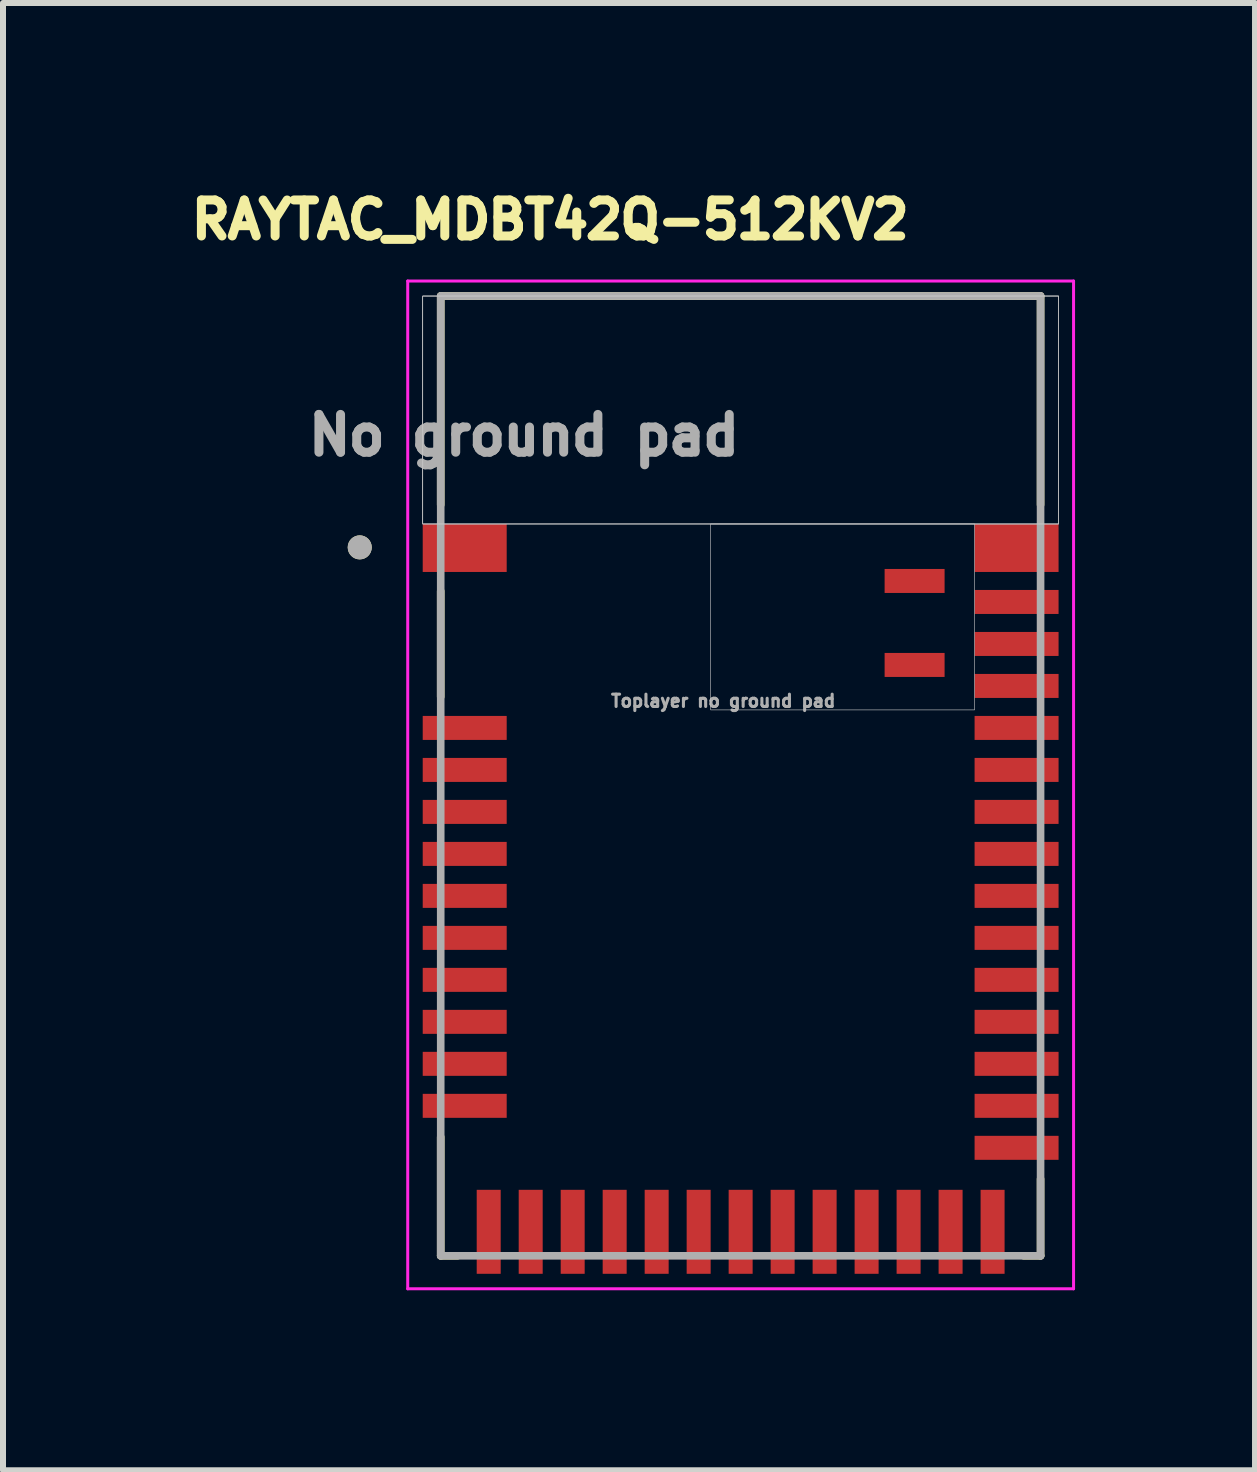
<source format=kicad_pcb>
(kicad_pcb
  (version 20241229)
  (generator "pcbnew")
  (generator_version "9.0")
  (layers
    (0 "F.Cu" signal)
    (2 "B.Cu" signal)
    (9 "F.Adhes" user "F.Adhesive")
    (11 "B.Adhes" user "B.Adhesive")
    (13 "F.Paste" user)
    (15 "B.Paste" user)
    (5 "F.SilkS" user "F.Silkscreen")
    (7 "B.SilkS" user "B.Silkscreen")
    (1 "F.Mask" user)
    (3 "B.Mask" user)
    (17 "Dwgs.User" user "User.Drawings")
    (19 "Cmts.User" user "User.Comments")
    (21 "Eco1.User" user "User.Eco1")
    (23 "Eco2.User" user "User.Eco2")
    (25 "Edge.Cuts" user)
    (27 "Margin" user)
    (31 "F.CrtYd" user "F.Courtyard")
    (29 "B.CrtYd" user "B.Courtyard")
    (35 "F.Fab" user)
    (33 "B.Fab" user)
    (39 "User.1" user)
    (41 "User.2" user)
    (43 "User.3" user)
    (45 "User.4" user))
  (footprint "RAYTAC_MDBT42Q-512KV2"
    (layer "F.Cu")
    (at 9.297 9.885)
    (property "Reference" "RAYTAC_MDBT42Q-512KV2" (at -3.175 -9.271 0) (layer "F.SilkS") (effects (font (size 0.6 0.6) (thickness 0.15))))
    (attr through_hole)
    (fp_line (start -5 -8) (end 5 -8) (stroke (width 0.127) (type solid)) (layer "F.SilkS"))
    (fp_line (start -5 -4.52) (end -5 -8) (stroke (width 0.127) (type solid)) (layer "F.SilkS"))
    (fp_line (start -5 -1.32) (end -5 -3.08) (stroke (width 0.127) (type solid)) (layer "F.SilkS"))
    (fp_line (start -5 8) (end -5 6.02) (stroke (width 0.127) (type solid)) (layer "F.SilkS"))
    (fp_line (start -4.72 8) (end -5 8) (stroke (width 0.127) (type solid)) (layer "F.SilkS"))
    (fp_line (start 5 -8) (end 5 -4.52) (stroke (width 0.127) (type solid)) (layer "F.SilkS"))
    (fp_line (start 5 6.72) (end 5 8) (stroke (width 0.127) (type solid)) (layer "F.SilkS"))
    (fp_line (start 5 8) (end 4.72 8) (stroke (width 0.127) (type solid)) (layer "F.SilkS"))
    (fp_circle (center -6.35 -3.81) (end -6.25 -3.81) (stroke (width 0.2) (type solid)) (fill no) (layer "F.SilkS"))
    (fp_poly (pts (xy -5.3 -8) (xy 5.3 -8) (xy 5.3 -4.2) (xy -5.3 -4.2)) (stroke (width 0.01) (type solid)) (fill no) (layer "Dwgs.User"))
    (fp_poly (pts (xy -5.3 -8) (xy 5.3 -8) (xy 5.3 -4.2) (xy -5.3 -4.2)) (stroke (width 0.01) (type solid)) (fill no) (layer "Dwgs.User"))
    (fp_poly (pts (xy -5.3 -8) (xy 5.3 -8) (xy 5.3 -4.2) (xy -5.3 -4.2)) (stroke (width 0.01) (type solid)) (fill no) (layer "Dwgs.User"))
    (fp_poly (pts (xy -0.5 -4.2) (xy 3.9 -4.2) (xy 3.9 -1.1) (xy -0.5 -1.1)) (stroke (width 0.01) (type solid)) (fill no) (layer "Dwgs.User"))
    (fp_line (start -5.55 -8.25) (end -5.55 8.55) (stroke (width 0.05) (type solid)) (layer "F.CrtYd"))
    (fp_line (start -5.55 8.55) (end 5.55 8.55) (stroke (width 0.05) (type solid)) (layer "F.CrtYd"))
    (fp_line (start 5.55 -8.25) (end -5.55 -8.25) (stroke (width 0.05) (type solid)) (layer "F.CrtYd"))
    (fp_line (start 5.55 8.55) (end 5.55 -8.25) (stroke (width 0.05) (type solid)) (layer "F.CrtYd"))
    (fp_line (start -5 -8) (end 5 -8) (stroke (width 0.127) (type solid)) (layer "F.Fab"))
    (fp_line (start -5 8) (end -5 -8) (stroke (width 0.127) (type solid)) (layer "F.Fab"))
    (fp_line (start 5 -8) (end 5 8) (stroke (width 0.127) (type solid)) (layer "F.Fab"))
    (fp_line (start 5 8) (end -5 8) (stroke (width 0.127) (type solid)) (layer "F.Fab"))
    (fp_circle (center -6.35 -3.81) (end -6.25 -3.81) (stroke (width 0.2) (type solid)) (fill no) (layer "F.Fab"))
    (fp_text user "Toplayer no ground pad" (at -0.29 -1.25 0) (layer "F.Fab") (effects (font (size 0.205 0.205) (thickness 0.15))))
    (fp_text user "No ground pad" (at -3.61 -5.68 0) (layer "F.Fab") (effects (font (size 0.63 0.63) (thickness 0.15))))
    (pad "1" smd rect (at -4.6 -3.8) (size 1.4 0.8) (layers "F.Cu" "F.Mask" "F.Paste"))
    (pad "2" smd rect (at -4.6 -0.8) (size 1.4 0.4) (layers "F.Cu" "F.Mask" "F.Paste"))
    (pad "3" smd rect (at -4.6 -0.1) (size 1.4 0.4) (layers "F.Cu" "F.Mask" "F.Paste"))
    (pad "4" smd rect (at -4.6 0.6) (size 1.4 0.4) (layers "F.Cu" "F.Mask" "F.Paste"))
    (pad "5" smd rect (at -4.6 1.3) (size 1.4 0.4) (layers "F.Cu" "F.Mask" "F.Paste"))
    (pad "6" smd rect (at -4.6 2) (size 1.4 0.4) (layers "F.Cu" "F.Mask" "F.Paste"))
    (pad "7" smd rect (at -4.6 2.7) (size 1.4 0.4) (layers "F.Cu" "F.Mask" "F.Paste"))
    (pad "8" smd rect (at -4.6 3.4) (size 1.4 0.4) (layers "F.Cu" "F.Mask" "F.Paste"))
    (pad "9" smd rect (at -4.6 4.1) (size 1.4 0.4) (layers "F.Cu" "F.Mask" "F.Paste"))
    (pad "10" smd rect (at -4.6 4.8) (size 1.4 0.4) (layers "F.Cu" "F.Mask" "F.Paste"))
    (pad "11" smd rect (at -4.6 5.5) (size 1.4 0.4) (layers "F.Cu" "F.Mask" "F.Paste"))
    (pad "12" smd rect (at -4.2 7.6 90) (size 1.4 0.4) (layers "F.Cu" "F.Mask" "F.Paste"))
    (pad "13" smd rect (at -3.5 7.6 270) (size 1.4 0.4) (layers "F.Cu" "F.Mask" "F.Paste"))
    (pad "14" smd rect (at -2.8 7.6 90) (size 1.4 0.4) (layers "F.Cu" "F.Mask" "F.Paste"))
    (pad "15" smd rect (at -2.1 7.6 90) (size 1.4 0.4) (layers "F.Cu" "F.Mask" "F.Paste"))
    (pad "16" smd rect (at -1.4 7.6 90) (size 1.4 0.4) (layers "F.Cu" "F.Mask" "F.Paste"))
    (pad "17" smd rect (at -0.7 7.6 90) (size 1.4 0.4) (layers "F.Cu" "F.Mask" "F.Paste"))
    (pad "18" smd rect (at 0 7.6 90) (size 1.4 0.4) (layers "F.Cu" "F.Mask" "F.Paste"))
    (pad "19" smd rect (at 0.7 7.6 90) (size 1.4 0.4) (layers "F.Cu" "F.Mask" "F.Paste"))
    (pad "20" smd rect (at 1.4 7.6 90) (size 1.4 0.4) (layers "F.Cu" "F.Mask" "F.Paste"))
    (pad "21" smd rect (at 2.1 7.6 90) (size 1.4 0.4) (layers "F.Cu" "F.Mask" "F.Paste"))
    (pad "22" smd rect (at 2.8 7.6 90) (size 1.4 0.4) (layers "F.Cu" "F.Mask" "F.Paste"))
    (pad "23" smd rect (at 3.5 7.6 90) (size 1.4 0.4) (layers "F.Cu" "F.Mask" "F.Paste"))
    (pad "24" smd rect (at 4.2 7.6 90) (size 1.4 0.4) (layers "F.Cu" "F.Mask" "F.Paste"))
    (pad "25" smd rect (at 4.6 6.2 180) (size 1.4 0.4) (layers "F.Cu" "F.Mask" "F.Paste"))
    (pad "26" smd rect (at 4.6 5.5 180) (size 1.4 0.4) (layers "F.Cu" "F.Mask" "F.Paste"))
    (pad "27" smd rect (at 4.6 4.8 180) (size 1.4 0.4) (layers "F.Cu" "F.Mask" "F.Paste"))
    (pad "28" smd rect (at 4.6 4.1 180) (size 1.4 0.4) (layers "F.Cu" "F.Mask" "F.Paste"))
    (pad "29" smd rect (at 4.6 3.4 180) (size 1.4 0.4) (layers "F.Cu" "F.Mask" "F.Paste"))
    (pad "30" smd rect (at 4.6 2.7 180) (size 1.4 0.4) (layers "F.Cu" "F.Mask" "F.Paste"))
    (pad "31" smd rect (at 4.6 2 180) (size 1.4 0.4) (layers "F.Cu" "F.Mask" "F.Paste"))
    (pad "32" smd rect (at 4.6 1.3 180) (size 1.4 0.4) (layers "F.Cu" "F.Mask" "F.Paste"))
    (pad "33" smd rect (at 4.6 0.6 180) (size 1.4 0.4) (layers "F.Cu" "F.Mask" "F.Paste"))
    (pad "34" smd rect (at 4.6 -0.1 180) (size 1.4 0.4) (layers "F.Cu" "F.Mask" "F.Paste"))
    (pad "35" smd rect (at 4.6 -0.8 180) (size 1.4 0.4) (layers "F.Cu" "F.Mask" "F.Paste"))
    (pad "36" smd rect (at 4.6 -1.5 180) (size 1.4 0.4) (layers "F.Cu" "F.Mask" "F.Paste"))
    (pad "37" smd rect (at 4.6 -2.2 180) (size 1.4 0.4) (layers "F.Cu" "F.Mask" "F.Paste"))
    (pad "38" smd rect (at 4.6 -2.9 180) (size 1.4 0.4) (layers "F.Cu" "F.Mask" "F.Paste"))
    (pad "39" smd rect (at 4.6 -3.8 180) (size 1.4 0.8) (layers "F.Cu" "F.Mask" "F.Paste"))
    (pad "40" smd rect (at 2.9 -3.25 180) (size 1 0.4) (layers "F.Cu" "F.Mask" "F.Paste"))
    (pad "41" smd rect (at 2.9 -1.85 180) (size 1 0.4) (layers "F.Cu" "F.Mask" "F.Paste")))
  (gr_rect
    (start -3 -3)
    (end 17.872 21.46)
    (stroke (width 0.1) (type default))
    (fill no)
    (layer "Edge.Cuts")))
</source>
